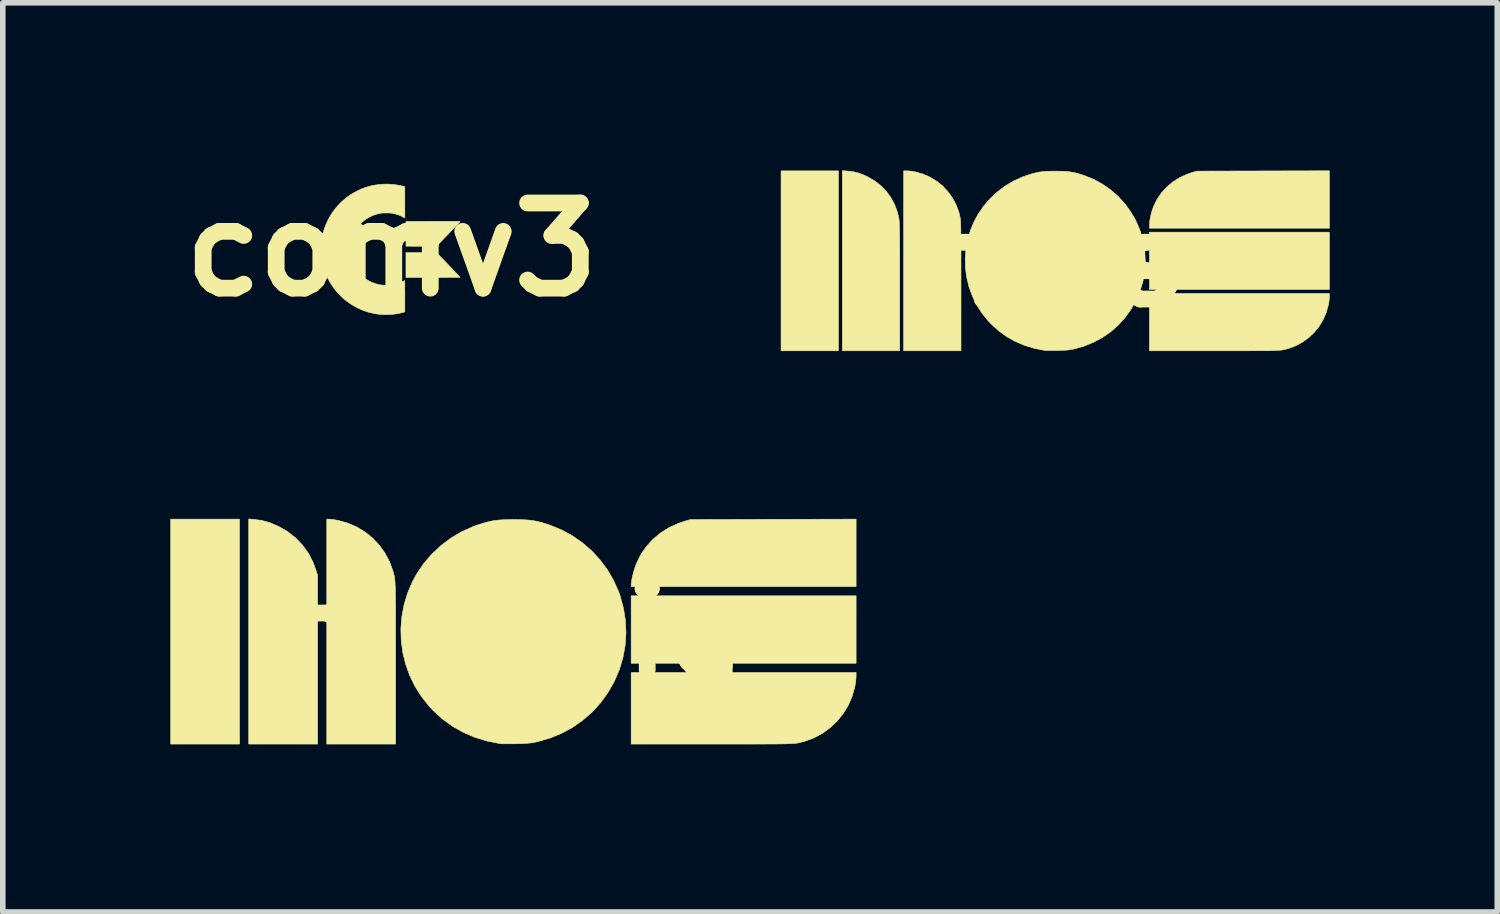
<source format=kicad_pcb>
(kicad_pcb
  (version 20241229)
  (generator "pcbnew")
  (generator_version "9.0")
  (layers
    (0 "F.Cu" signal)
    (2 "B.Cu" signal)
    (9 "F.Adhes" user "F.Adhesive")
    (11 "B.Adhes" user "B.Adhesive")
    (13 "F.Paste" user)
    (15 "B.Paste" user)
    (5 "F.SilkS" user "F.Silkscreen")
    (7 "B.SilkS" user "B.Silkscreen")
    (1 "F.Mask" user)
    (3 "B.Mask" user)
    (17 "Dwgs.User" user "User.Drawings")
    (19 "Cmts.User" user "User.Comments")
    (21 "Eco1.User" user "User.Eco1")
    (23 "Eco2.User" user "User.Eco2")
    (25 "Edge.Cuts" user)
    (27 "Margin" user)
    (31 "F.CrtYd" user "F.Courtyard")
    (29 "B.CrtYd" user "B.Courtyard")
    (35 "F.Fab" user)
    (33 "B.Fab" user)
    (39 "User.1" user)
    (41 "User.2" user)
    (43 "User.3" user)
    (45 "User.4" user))
  (footprint "comv3"
    (layer "F.Cu")
    (at 3.962 1.418)
    (property "Reference" "comv3" (at 0 0 0) (layer "F.SilkS") (effects (font (size 1.524 1.524) (thickness 0.3))))
    (attr through_hole)
    (fp_poly (pts (xy 0.826 0.078) (xy 0.841 0.094) (xy 0.858 0.112) (xy 0.877 0.132) (xy 0.898 0.153) (xy 0.92 0.176) (xy 0.942 0.199) (xy 0.966 0.224) (xy 0.99 0.249) (xy 1.014 0.274) (xy 1.038 0.299) (xy 1.061 0.323) (xy 1.084 0.347) (xy 1.106 0.371) (xy 1.127 0.393) (xy 1.147 0.413) (xy 1.165 0.432) (xy 1.181 0.449) (xy 1.195 0.464) (xy 1.206 0.476) (xy 1.215 0.486) (xy 1.221 0.492) (xy 1.224 0.496) (xy 1.224 0.496) (xy 1.222 0.496) (xy 1.214 0.496) (xy 1.203 0.496) (xy 1.186 0.497) (xy 1.166 0.497) (xy 1.142 0.497) (xy 1.114 0.497) (xy 1.083 0.497) (xy 1.048 0.497) (xy 1.011 0.497) (xy 0.972 0.498) (xy 0.929 0.498) (xy 0.885 0.498) (xy 0.839 0.498) (xy 0.791 0.498) (xy 0.742 0.498) (xy 0.739 0.498) (xy 0.254 0.498) (xy 0.254 0.053) (xy 0.802 0.053) (xy 0.826 0.078)) (stroke (width 0.01) (type solid)) (fill yes) (layer "F.SilkS"))
    (fp_poly (pts (xy 1.003 -0.506) (xy 1.041 -0.506) (xy 1.075 -0.506) (xy 1.107 -0.506) (xy 1.135 -0.506) (xy 1.159 -0.506) (xy 1.18 -0.506) (xy 1.197 -0.506) (xy 1.209 -0.506) (xy 1.217 -0.506) (xy 1.22 -0.505) (xy 1.221 -0.505) (xy 1.221 -0.504) (xy 1.22 -0.502) (xy 1.219 -0.499) (xy 1.216 -0.495) (xy 1.211 -0.49) (xy 1.205 -0.483) (xy 1.196 -0.474) (xy 1.186 -0.462) (xy 1.173 -0.448) (xy 1.157 -0.432) (xy 1.139 -0.413) (xy 1.117 -0.39) (xy 1.093 -0.365) (xy 1.083 -0.354) (xy 1.06 -0.331) (xy 1.038 -0.308) (xy 1.017 -0.285) (xy 0.997 -0.264) (xy 0.978 -0.245) (xy 0.962 -0.228) (xy 0.947 -0.213) (xy 0.935 -0.2) (xy 0.926 -0.191) (xy 0.92 -0.184) (xy 0.919 -0.183) (xy 0.911 -0.175) (xy 0.901 -0.164) (xy 0.889 -0.151) (xy 0.875 -0.137) (xy 0.861 -0.123) (xy 0.85 -0.111) (xy 0.802 -0.061) (xy 0.53 -0.061) (xy 0.493 -0.061) (xy 0.457 -0.061) (xy 0.424 -0.061) (xy 0.392 -0.061) (xy 0.363 -0.061) (xy 0.337 -0.061) (xy 0.314 -0.062) (xy 0.294 -0.062) (xy 0.278 -0.062) (xy 0.266 -0.062) (xy 0.259 -0.062) (xy 0.256 -0.063) (xy 0.256 -0.063) (xy 0.255 -0.065) (xy 0.255 -0.073) (xy 0.255 -0.085) (xy 0.255 -0.1) (xy 0.255 -0.12) (xy 0.254 -0.142) (xy 0.254 -0.168) (xy 0.254 -0.196) (xy 0.254 -0.226) (xy 0.254 -0.258) (xy 0.254 -0.285) (xy 0.254 -0.505) (xy 0.734 -0.506) (xy 0.783 -0.506) (xy 0.83 -0.506) (xy 0.877 -0.506) (xy 0.921 -0.506) (xy 0.963 -0.506) (xy 1.003 -0.506)) (stroke (width 0.01) (type solid)) (fill yes) (layer "F.SilkS"))
    (fp_poly (pts (xy -0.038 -1.171) (xy 0.025 -1.166) (xy 0.087 -1.158) (xy 0.15 -1.147) (xy 0.184 -1.139) (xy 0.198 -1.136) (xy 0.21 -1.133) (xy 0.22 -1.13) (xy 0.226 -1.129) (xy 0.228 -1.128) (xy 0.234 -1.127) (xy 0.234 -0.567) (xy 0.215 -0.577) (xy 0.167 -0.602) (xy 0.117 -0.622) (xy 0.065 -0.638) (xy 0.011 -0.65) (xy -0.001 -0.652) (xy -0.011 -0.653) (xy -0.022 -0.655) (xy -0.035 -0.655) (xy -0.049 -0.656) (xy -0.067 -0.656) (xy -0.088 -0.656) (xy -0.099 -0.656) (xy -0.121 -0.656) (xy -0.139 -0.656) (xy -0.153 -0.656) (xy -0.165 -0.655) (xy -0.176 -0.654) (xy -0.186 -0.653) (xy -0.197 -0.652) (xy -0.203 -0.651) (xy -0.26 -0.638) (xy -0.314 -0.621) (xy -0.368 -0.599) (xy -0.419 -0.573) (xy -0.468 -0.542) (xy -0.487 -0.528) (xy -0.501 -0.517) (xy -0.518 -0.502) (xy -0.535 -0.486) (xy -0.553 -0.468) (xy -0.571 -0.45) (xy -0.587 -0.433) (xy -0.6 -0.417) (xy -0.608 -0.406) (xy -0.642 -0.358) (xy -0.671 -0.307) (xy -0.695 -0.254) (xy -0.714 -0.2) (xy -0.729 -0.144) (xy -0.739 -0.086) (xy -0.742 -0.061) (xy -0.744 -0.005) (xy -0.742 0.05) (xy -0.734 0.105) (xy -0.723 0.159) (xy -0.706 0.211) (xy -0.685 0.262) (xy -0.66 0.311) (xy -0.631 0.358) (xy -0.598 0.403) (xy -0.561 0.444) (xy -0.521 0.482) (xy -0.487 0.509) (xy -0.44 0.542) (xy -0.39 0.57) (xy -0.339 0.593) (xy -0.286 0.612) (xy -0.231 0.626) (xy -0.175 0.635) (xy -0.118 0.639) (xy -0.061 0.639) (xy -0.002 0.633) (xy 0.021 0.63) (xy 0.061 0.621) (xy 0.102 0.61) (xy 0.142 0.596) (xy 0.181 0.58) (xy 0.21 0.565) (xy 0.219 0.56) (xy 0.227 0.556) (xy 0.231 0.554) (xy 0.232 0.554) (xy 0.233 0.556) (xy 0.233 0.563) (xy 0.233 0.575) (xy 0.233 0.591) (xy 0.233 0.61) (xy 0.233 0.634) (xy 0.233 0.66) (xy 0.233 0.689) (xy 0.234 0.72) (xy 0.234 0.754) (xy 0.234 0.789) (xy 0.234 0.826) (xy 0.234 0.834) (xy 0.234 1.115) (xy 0.219 1.119) (xy 0.166 1.133) (xy 0.109 1.144) (xy 0.051 1.153) (xy -0.007 1.16) (xy -0.019 1.161) (xy -0.032 1.161) (xy -0.049 1.162) (xy -0.068 1.162) (xy -0.088 1.163) (xy -0.108 1.163) (xy -0.127 1.163) (xy -0.144 1.163) (xy -0.158 1.162) (xy -0.166 1.162) (xy -0.199 1.159) (xy -0.228 1.156) (xy -0.254 1.153) (xy -0.278 1.15) (xy -0.301 1.146) (xy -0.324 1.142) (xy -0.348 1.136) (xy -0.422 1.118) (xy -0.495 1.094) (xy -0.565 1.065) (xy -0.634 1.032) (xy -0.701 0.994) (xy -0.767 0.951) (xy -0.83 0.904) (xy -0.852 0.886) (xy -0.866 0.874) (xy -0.882 0.86) (xy -0.899 0.843) (xy -0.918 0.824) (xy -0.937 0.806) (xy -0.955 0.787) (xy -0.971 0.77) (xy -0.985 0.754) (xy -0.991 0.747) (xy -1.04 0.684) (xy -1.084 0.619) (xy -1.124 0.552) (xy -1.159 0.484) (xy -1.189 0.414) (xy -1.214 0.343) (xy -1.234 0.269) (xy -1.25 0.194) (xy -1.255 0.166) (xy -1.262 0.109) (xy -1.266 0.048) (xy -1.267 -0.014) (xy -1.265 -0.076) (xy -1.26 -0.136) (xy -1.252 -0.194) (xy -1.252 -0.194) (xy -1.237 -0.267) (xy -1.218 -0.339) (xy -1.194 -0.41) (xy -1.165 -0.479) (xy -1.133 -0.547) (xy -1.096 -0.612) (xy -1.055 -0.675) (xy -1.01 -0.734) (xy -0.966 -0.786) (xy -0.913 -0.841) (xy -0.858 -0.891) (xy -0.801 -0.938) (xy -0.741 -0.98) (xy -0.678 -1.019) (xy -0.611 -1.054) (xy -0.611 -1.054) (xy -0.549 -1.083) (xy -0.487 -1.107) (xy -0.425 -1.127) (xy -0.362 -1.144) (xy -0.297 -1.156) (xy -0.229 -1.165) (xy -0.159 -1.171) (xy -0.158 -1.171) (xy -0.1 -1.173) (xy -0.038 -1.171)) (stroke (width 0.01) (type solid)) (fill yes) (layer "F.SilkS")))
  (footprint "mos"
    (layer "F.Cu")
    (at 15.837 1.613)
    (property "Reference" "mos" (at 0 0 0) (layer "F.SilkS") (effects (font (size 1.524 1.524) (thickness 0.3))))
    (attr through_hole)
    (fp_poly (pts (xy -3.881 1.615) (xy -4.907 1.615) (xy -4.907 -1.605) (xy -3.881 -1.605) (xy -3.881 1.615)) (stroke (width 0.01) (type solid)) (fill yes) (layer "F.SilkS"))
    (fp_poly (pts (xy 4.907 0.518) (xy 1.687 0.518) (xy 1.687 -0.508) (xy 4.907 -0.508) (xy 4.907 0.518)) (stroke (width 0.01) (type solid)) (fill yes) (layer "F.SilkS"))
    (fp_poly (pts (xy 4.907 -0.579) (xy 1.687 -0.579) (xy 1.687 -0.638) (xy 1.691 -0.701) (xy 1.704 -0.775) (xy 1.722 -0.854) (xy 1.746 -0.93) (xy 1.76 -0.968) (xy 1.823 -1.096) (xy 1.902 -1.212) (xy 1.997 -1.316) (xy 2.105 -1.407) (xy 2.227 -1.484) (xy 2.36 -1.545) (xy 2.454 -1.577) (xy 2.535 -1.6) (xy 4.907 -1.606) (xy 4.907 -0.579)) (stroke (width 0.01) (type solid)) (fill yes) (layer "F.SilkS"))
    (fp_poly (pts (xy -3.721 -1.602) (xy -3.612 -1.589) (xy -3.508 -1.562) (xy -3.401 -1.52) (xy -3.358 -1.499) (xy -3.232 -1.426) (xy -3.119 -1.338) (xy -3.021 -1.237) (xy -2.939 -1.123) (xy -2.873 -0.999) (xy -2.824 -0.864) (xy -2.799 -0.753) (xy -2.796 -0.737) (xy -2.794 -0.716) (xy -2.792 -0.69) (xy -2.791 -0.657) (xy -2.789 -0.616) (xy -2.788 -0.566) (xy -2.787 -0.506) (xy -2.786 -0.435) (xy -2.785 -0.351) (xy -2.785 -0.254) (xy -2.784 -0.142) (xy -2.784 -0.014) (xy -2.784 0.131) (xy -2.784 0.293) (xy -2.784 0.474) (xy -2.784 1.615) (xy -3.81 1.615) (xy -3.81 -1.608) (xy -3.721 -1.602)) (stroke (width 0.01) (type solid)) (fill yes) (layer "F.SilkS"))
    (fp_poly (pts (xy -2.654 -1.605) (xy -2.616 -1.603) (xy -2.568 -1.597) (xy -2.517 -1.589) (xy -2.504 -1.586) (xy -2.368 -1.548) (xy -2.24 -1.492) (xy -2.122 -1.42) (xy -2.014 -1.333) (xy -1.92 -1.232) (xy -1.839 -1.12) (xy -1.774 -0.998) (xy -1.725 -0.866) (xy -1.706 -0.789) (xy -1.703 -0.774) (xy -1.7 -0.758) (xy -1.698 -0.74) (xy -1.696 -0.718) (xy -1.694 -0.693) (xy -1.693 -0.662) (xy -1.691 -0.624) (xy -1.69 -0.578) (xy -1.689 -0.523) (xy -1.689 -0.458) (xy -1.688 -0.381) (xy -1.688 -0.291) (xy -1.687 -0.188) (xy -1.687 -0.069) (xy -1.687 0.066) (xy -1.687 0.218) (xy -1.687 0.389) (xy -1.687 0.46) (xy -1.687 1.615) (xy -2.713 1.615) (xy -2.713 -1.605) (xy -2.654 -1.605)) (stroke (width 0.01) (type solid)) (fill yes) (layer "F.SilkS"))
    (fp_poly (pts (xy 4.907 0.648) (xy 4.905 0.685) (xy 4.899 0.734) (xy 4.891 0.785) (xy 4.888 0.799) (xy 4.85 0.934) (xy 4.794 1.062) (xy 4.722 1.18) (xy 4.635 1.287) (xy 4.535 1.382) (xy 4.423 1.462) (xy 4.301 1.528) (xy 4.17 1.576) (xy 4.091 1.596) (xy 4.076 1.599) (xy 4.06 1.602) (xy 4.042 1.604) (xy 4.02 1.606) (xy 3.995 1.608) (xy 3.964 1.609) (xy 3.926 1.611) (xy 3.88 1.612) (xy 3.825 1.613) (xy 3.76 1.613) (xy 3.683 1.614) (xy 3.593 1.614) (xy 3.49 1.615) (xy 3.371 1.615) (xy 3.236 1.615) (xy 3.084 1.615) (xy 2.913 1.615) (xy 2.842 1.615) (xy 1.687 1.615) (xy 1.687 0.589) (xy 4.907 0.589) (xy 4.907 0.648)) (stroke (width 0.01) (type solid)) (fill yes) (layer "F.SilkS"))
    (fp_poly (pts (xy 0.11 -1.598) (xy 0.194 -1.594) (xy 0.269 -1.586) (xy 0.34 -1.574) (xy 0.411 -1.556) (xy 0.488 -1.532) (xy 0.529 -1.518) (xy 0.693 -1.451) (xy 0.848 -1.366) (xy 0.992 -1.265) (xy 1.124 -1.149) (xy 1.243 -1.02) (xy 1.347 -0.879) (xy 1.436 -0.728) (xy 1.507 -0.566) (xy 1.528 -0.507) (xy 1.576 -0.332) (xy 1.604 -0.155) (xy 1.612 0.023) (xy 1.601 0.199) (xy 1.57 0.373) (xy 1.519 0.543) (xy 1.449 0.709) (xy 1.442 0.724) (xy 1.351 0.882) (xy 1.246 1.027) (xy 1.126 1.158) (xy 0.993 1.275) (xy 0.847 1.376) (xy 0.69 1.461) (xy 0.522 1.53) (xy 0.346 1.581) (xy 0.325 1.586) (xy 0.28 1.594) (xy 0.232 1.601) (xy 0.177 1.605) (xy 0.111 1.608) (xy 0.036 1.61) (xy -0.027 1.611) (xy -0.085 1.611) (xy -0.133 1.611) (xy -0.169 1.61) (xy -0.188 1.609) (xy -0.376 1.572) (xy -0.552 1.518) (xy -0.717 1.448) (xy -0.871 1.361) (xy -1.014 1.257) (xy -1.148 1.135) (xy -1.209 1.07) (xy -1.319 0.932) (xy -1.411 0.785) (xy -1.486 0.629) (xy -1.544 0.468) (xy -1.584 0.302) (xy -1.607 0.132) (xy -1.611 -0.039) (xy -1.597 -0.21) (xy -1.566 -0.379) (xy -1.516 -0.545) (xy -1.447 -0.707) (xy -1.381 -0.828) (xy -1.281 -0.973) (xy -1.166 -1.107) (xy -1.038 -1.227) (xy -0.897 -1.333) (xy -0.746 -1.423) (xy -0.586 -1.496) (xy -0.513 -1.522) (xy -0.432 -1.548) (xy -0.361 -1.567) (xy -0.293 -1.582) (xy -0.225 -1.591) (xy -0.151 -1.597) (xy -0.065 -1.599) (xy 0.01 -1.6) (xy 0.11 -1.598)) (stroke (width 0.01) (type solid)) (fill yes) (layer "F.SilkS")))
  (footprint "mosBig"
    (layer "F.Cu")
    (at 6.139 8.249)
    (property "Reference" "mosBig" (at 0 0 0) (layer "F.SilkS") (effects (font (size 1.524 1.524) (thickness 0.3))))
    (attr through_hole)
    (fp_poly (pts (xy -4.902 2.019) (xy -6.134 2.019) (xy -6.134 -2.007) (xy -4.902 -2.007) (xy -4.902 2.019)) (stroke (width 0.01) (type solid)) (fill yes) (layer "F.SilkS"))
    (fp_poly (pts (xy 6.134 0.572) (xy 2.108 0.572) (xy 2.108 -0.635) (xy 6.134 -0.635) (xy 6.134 0.572)) (stroke (width 0.01) (type solid)) (fill yes) (layer "F.SilkS"))
    (fp_poly (pts (xy -4.639 -2.003) (xy -4.496 -1.982) (xy -4.355 -1.942) (xy -4.209 -1.88) (xy -4.197 -1.874) (xy -4.04 -1.783) (xy -3.899 -1.672) (xy -3.777 -1.545) (xy -3.673 -1.403) (xy -3.59 -1.245) (xy -3.538 -1.107) (xy -3.505 -1.002) (xy -3.505 2.019) (xy -4.737 2.019) (xy -4.737 -2.01) (xy -4.639 -2.003)) (stroke (width 0.01) (type solid)) (fill yes) (layer "F.SilkS"))
    (fp_poly (pts (xy 6.134 -0.8) (xy 2.108 -0.8) (xy 2.108 -0.835) (xy 2.113 -0.883) (xy 2.124 -0.947) (xy 2.141 -1.021) (xy 2.162 -1.097) (xy 2.185 -1.168) (xy 2.201 -1.21) (xy 2.279 -1.37) (xy 2.378 -1.515) (xy 2.496 -1.646) (xy 2.632 -1.759) (xy 2.784 -1.855) (xy 2.95 -1.931) (xy 3.067 -1.971) (xy 3.169 -2) (xy 6.134 -2.007) (xy 6.134 -0.8)) (stroke (width 0.01) (type solid)) (fill yes) (layer "F.SilkS"))
    (fp_poly (pts (xy -3.292 -2.006) (xy -3.258 -2.004) (xy -3.208 -1.997) (xy -3.151 -1.987) (xy -3.131 -1.983) (xy -2.96 -1.935) (xy -2.8 -1.865) (xy -2.652 -1.774) (xy -2.518 -1.666) (xy -2.4 -1.541) (xy -2.299 -1.4) (xy -2.217 -1.247) (xy -2.157 -1.083) (xy -2.132 -0.986) (xy -2.129 -0.967) (xy -2.125 -0.947) (xy -2.123 -0.925) (xy -2.12 -0.898) (xy -2.118 -0.866) (xy -2.116 -0.827) (xy -2.114 -0.78) (xy -2.113 -0.723) (xy -2.112 -0.654) (xy -2.111 -0.572) (xy -2.11 -0.476) (xy -2.109 -0.364) (xy -2.109 -0.235) (xy -2.109 -0.086) (xy -2.109 0.082) (xy -2.108 0.273) (xy -2.108 0.487) (xy -2.108 0.575) (xy -2.108 2.019) (xy -3.34 2.019) (xy -3.34 -2.007) (xy -3.292 -2.006)) (stroke (width 0.01) (type solid)) (fill yes) (layer "F.SilkS"))
    (fp_poly (pts (xy 6.134 0.81) (xy 6.131 0.857) (xy 6.124 0.917) (xy 6.113 0.981) (xy 6.11 0.999) (xy 6.062 1.168) (xy 5.993 1.327) (xy 5.902 1.475) (xy 5.794 1.608) (xy 5.669 1.727) (xy 5.529 1.828) (xy 5.376 1.91) (xy 5.212 1.97) (xy 5.113 1.995) (xy 5.094 1.999) (xy 5.075 2.002) (xy 5.052 2.005) (xy 5.026 2.008) (xy 4.994 2.01) (xy 4.955 2.012) (xy 4.907 2.013) (xy 4.85 2.015) (xy 4.781 2.016) (xy 4.7 2.017) (xy 4.604 2.017) (xy 4.492 2.018) (xy 4.362 2.018) (xy 4.214 2.019) (xy 4.045 2.019) (xy 3.855 2.019) (xy 3.641 2.019) (xy 3.553 2.019) (xy 2.108 2.019) (xy 2.108 0.737) (xy 6.134 0.737) (xy 6.134 0.81)) (stroke (width 0.01) (type solid)) (fill yes) (layer "F.SilkS"))
    (fp_poly (pts (xy 0.137 -1.998) (xy 0.243 -1.993) (xy 0.337 -1.983) (xy 0.425 -1.967) (xy 0.513 -1.945) (xy 0.61 -1.915) (xy 0.661 -1.898) (xy 0.866 -1.813) (xy 1.06 -1.707) (xy 1.24 -1.581) (xy 1.405 -1.437) (xy 1.553 -1.275) (xy 1.684 -1.099) (xy 1.794 -0.909) (xy 1.884 -0.708) (xy 1.91 -0.633) (xy 1.97 -0.414) (xy 2.005 -0.193) (xy 2.015 0.028) (xy 2.001 0.249) (xy 1.962 0.466) (xy 1.899 0.679) (xy 1.812 0.886) (xy 1.802 0.905) (xy 1.689 1.103) (xy 1.557 1.284) (xy 1.407 1.448) (xy 1.241 1.593) (xy 1.059 1.72) (xy 0.862 1.827) (xy 0.653 1.912) (xy 0.432 1.976) (xy 0.406 1.982) (xy 0.35 1.993) (xy 0.29 2.001) (xy 0.222 2.007) (xy 0.139 2.011) (xy 0.044 2.013) (xy -0.034 2.014) (xy -0.106 2.014) (xy -0.167 2.014) (xy -0.211 2.013) (xy -0.235 2.011) (xy -0.47 1.965) (xy -0.69 1.898) (xy -0.896 1.81) (xy -1.089 1.701) (xy -1.268 1.571) (xy -1.435 1.419) (xy -1.511 1.337) (xy -1.648 1.165) (xy -1.764 0.981) (xy -1.858 0.787) (xy -1.93 0.585) (xy -1.98 0.377) (xy -2.008 0.165) (xy -2.014 -0.049) (xy -1.997 -0.262) (xy -1.957 -0.474) (xy -1.894 -0.682) (xy -1.809 -0.883) (xy -1.726 -1.035) (xy -1.602 -1.217) (xy -1.458 -1.383) (xy -1.297 -1.534) (xy -1.121 -1.667) (xy -0.932 -1.779) (xy -0.732 -1.87) (xy -0.641 -1.903) (xy -0.54 -1.935) (xy -0.451 -1.959) (xy -0.367 -1.977) (xy -0.281 -1.989) (xy -0.188 -1.996) (xy -0.081 -1.999) (xy 0.013 -2) (xy 0.137 -1.998)) (stroke (width 0.01) (type solid)) (fill yes) (layer "F.SilkS")))
  (gr_rect
    (start -3 -3)
    (end 23.749 13.273)
    (stroke (width 0.1) (type default))
    (fill no)
    (layer "Edge.Cuts")))
</source>
